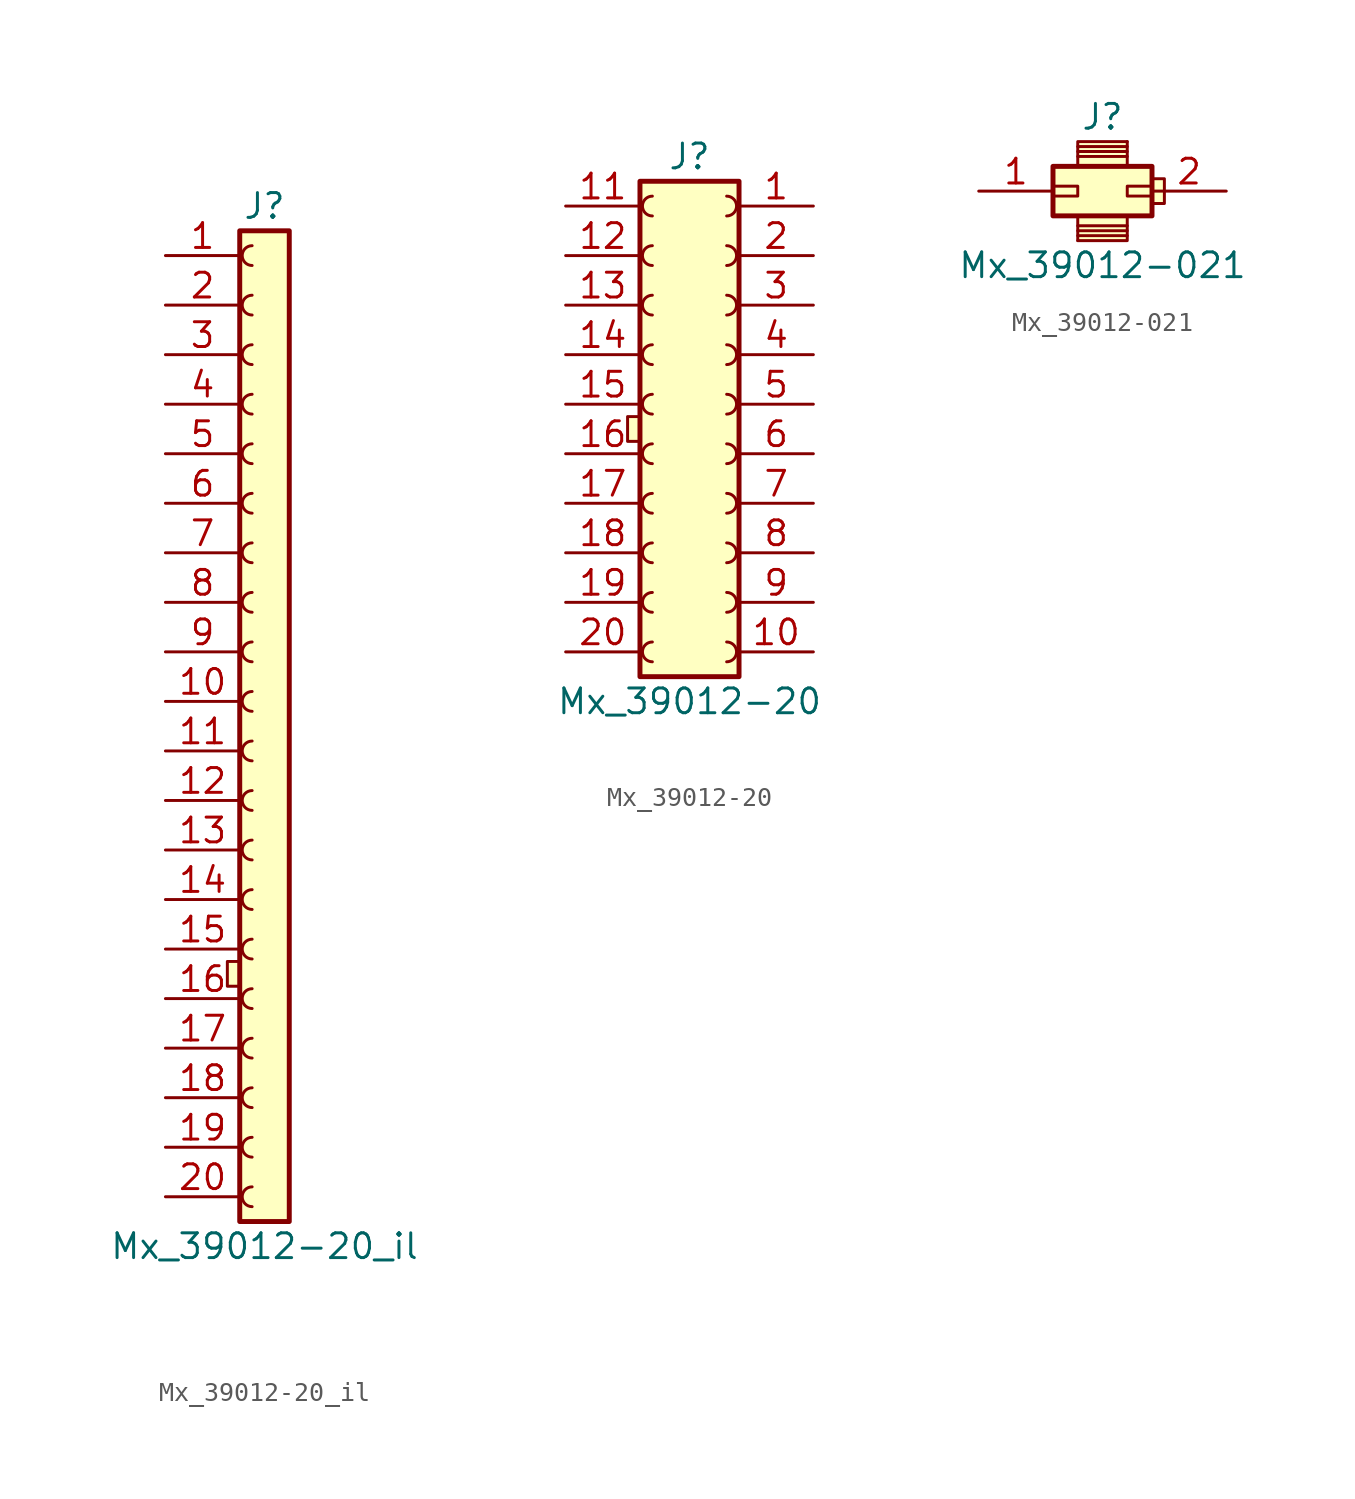
<source format=kicad_sym>
(kicad_symbol_lib
  (version 20220914)
  (generator kicad_symbol_editor)
  (symbol "Mx_39012-20_il"
    (pin_names
      (offset 1.016) hide)
    (property "Reference" "J"
      (at 0 26.67 0)
      (effects (font (size 1.27 1.27))))
    (property "Value" "Mx_39012-20_il"
      (at 0 -26.67 0)
      (effects (font (size 1.27 1.27))))
    (symbol "Mx_39012-20_il_0_1"
      (rectangle (start -1.905 -12.065) (end -1.27 -13.335) (stroke (width 0) (type default)) (fill (type background))))
    (symbol "Mx_39012-20_il_1_1"
      (arc (start -0.635 -23.622) (mid -1.1408 -24.13) (end -0.635 -24.638) (stroke (width 0) (type default)) (fill (type none)))
      (arc (start -0.635 -21.082) (mid -1.1408 -21.59) (end -0.635 -22.098) (stroke (width 0) (type default)) (fill (type none)))
      (arc (start -0.635 -18.542) (mid -1.1408 -19.05) (end -0.635 -19.558) (stroke (width 0) (type default)) (fill (type none)))
      (arc (start -0.635 -16.002) (mid -1.1408 -16.51) (end -0.635 -17.018) (stroke (width 0) (type default)) (fill (type none)))
      (arc (start -0.635 -13.462) (mid -1.1408 -13.97) (end -0.635 -14.478) (stroke (width 0) (type default)) (fill (type none)))
      (arc (start -0.635 -10.922) (mid -1.1408 -11.43) (end -0.635 -11.938) (stroke (width 0) (type default)) (fill (type none)))
      (arc (start -0.635 -8.382) (mid -1.1408 -8.89) (end -0.635 -9.398) (stroke (width 0) (type default)) (fill (type none)))
      (arc (start -0.635 -5.842) (mid -1.1408 -6.35) (end -0.635 -6.858) (stroke (width 0) (type default)) (fill (type none)))
      (arc (start -0.635 -3.302) (mid -1.1408 -3.81) (end -0.635 -4.318) (stroke (width 0) (type default)) (fill (type none)))
      (arc (start -0.635 -0.762) (mid -1.1408 -1.27) (end -0.635 -1.778) (stroke (width 0) (type default)) (fill (type none)))
      (arc (start -0.635 1.778) (mid -1.1408 1.27) (end -0.635 0.762) (stroke (width 0) (type default)) (fill (type none)))
      (arc (start -0.635 4.318) (mid -1.1408 3.81) (end -0.635 3.302) (stroke (width 0) (type default)) (fill (type none)))
      (arc (start -0.635 6.858) (mid -1.1408 6.35) (end -0.635 5.842) (stroke (width 0) (type default)) (fill (type none)))
      (arc (start -0.635 9.398) (mid -1.1408 8.89) (end -0.635 8.382) (stroke (width 0) (type default)) (fill (type none)))
      (arc (start -0.635 11.938) (mid -1.1408 11.43) (end -0.635 10.922) (stroke (width 0) (type default)) (fill (type none)))
      (arc (start -0.635 14.478) (mid -1.1408 13.97) (end -0.635 13.462) (stroke (width 0) (type default)) (fill (type none)))
      (arc (start -0.635 17.018) (mid -1.1408 16.51) (end -0.635 16.002) (stroke (width 0) (type default)) (fill (type none)))
      (arc (start -0.635 19.558) (mid -1.1408 19.05) (end -0.635 18.542) (stroke (width 0) (type default)) (fill (type none)))
      (arc (start -0.635 22.098) (mid -1.1408 21.59) (end -0.635 21.082) (stroke (width 0) (type default)) (fill (type none)))
      (arc (start -0.635 24.638) (mid -1.1408 24.13) (end -0.635 23.622) (stroke (width 0) (type default)) (fill (type none)))
      (rectangle (start 1.27 25.4) (end -1.27 -25.4) (stroke (width 0.254) (type default)) (fill (type background)))
      (pin passive line (at -5.08 24.13 0) (length 3.81) (name "Pin_1" (effects (font (size 1.27 1.27)))) (number "1" (effects (font (size 1.27 1.27)))))
      (pin passive line (at -5.08 1.27 0) (length 3.81) (name "Pin_10" (effects (font (size 1.27 1.27)))) (number "10" (effects (font (size 1.27 1.27)))))
      (pin passive line (at -5.08 -1.27 0) (length 3.81) (name "Pin_11" (effects (font (size 1.27 1.27)))) (number "11" (effects (font (size 1.27 1.27)))))
      (pin passive line (at -5.08 -3.81 0) (length 3.81) (name "Pin_12" (effects (font (size 1.27 1.27)))) (number "12" (effects (font (size 1.27 1.27)))))
      (pin passive line (at -5.08 -6.35 0) (length 3.81) (name "Pin_13" (effects (font (size 1.27 1.27)))) (number "13" (effects (font (size 1.27 1.27)))))
      (pin passive line (at -5.08 -8.89 0) (length 3.81) (name "Pin_14" (effects (font (size 1.27 1.27)))) (number "14" (effects (font (size 1.27 1.27)))))
      (pin passive line (at -5.08 -11.43 0) (length 3.81) (name "Pin_15" (effects (font (size 1.27 1.27)))) (number "15" (effects (font (size 1.27 1.27)))))
      (pin passive line (at -5.08 -13.97 0) (length 3.81) (name "Pin_16" (effects (font (size 1.27 1.27)))) (number "16" (effects (font (size 1.27 1.27)))))
      (pin passive line (at -5.08 -16.51 0) (length 3.81) (name "Pin_17" (effects (font (size 1.27 1.27)))) (number "17" (effects (font (size 1.27 1.27)))))
      (pin passive line (at -5.08 -19.05 0) (length 3.81) (name "Pin_18" (effects (font (size 1.27 1.27)))) (number "18" (effects (font (size 1.27 1.27)))))
      (pin passive line (at -5.08 -21.59 0) (length 3.81) (name "Pin_19" (effects (font (size 1.27 1.27)))) (number "19" (effects (font (size 1.27 1.27)))))
      (pin passive line (at -5.08 21.59 0) (length 3.81) (name "Pin_2" (effects (font (size 1.27 1.27)))) (number "2" (effects (font (size 1.27 1.27)))))
      (pin passive line (at -5.08 -24.13 0) (length 3.81) (name "Pin_20" (effects (font (size 1.27 1.27)))) (number "20" (effects (font (size 1.27 1.27)))))
      (pin passive line (at -5.08 19.05 0) (length 3.81) (name "Pin_3" (effects (font (size 1.27 1.27)))) (number "3" (effects (font (size 1.27 1.27)))))
      (pin passive line (at -5.08 16.51 0) (length 3.81) (name "Pin_4" (effects (font (size 1.27 1.27)))) (number "4" (effects (font (size 1.27 1.27)))))
      (pin passive line (at -5.08 13.97 0) (length 3.81) (name "Pin_5" (effects (font (size 1.27 1.27)))) (number "5" (effects (font (size 1.27 1.27)))))
      (pin passive line (at -5.08 11.43 0) (length 3.81) (name "Pin_6" (effects (font (size 1.27 1.27)))) (number "6" (effects (font (size 1.27 1.27)))))
      (pin passive line (at -5.08 8.89 0) (length 3.81) (name "Pin_7" (effects (font (size 1.27 1.27)))) (number "7" (effects (font (size 1.27 1.27)))))
      (pin passive line (at -5.08 6.35 0) (length 3.81) (name "Pin_8" (effects (font (size 1.27 1.27)))) (number "8" (effects (font (size 1.27 1.27)))))
      (pin passive line (at -5.08 3.81 0) (length 3.81) (name "Pin_9" (effects (font (size 1.27 1.27)))) (number "9" (effects (font (size 1.27 1.27)))))))
  (symbol "Mx_39012-20"
    (pin_names
      (offset 1.016) hide)
    (property "Reference" "J"
      (at 0 13.97 0)
      (effects (font (size 1.27 1.27))))
    (property "Value" "Mx_39012-20"
      (at 0 -13.97 0)
      (effects (font (size 1.27 1.27))))
    (symbol "Mx_39012-20_0_1"
      (rectangle (start -3.175 0.635) (end -2.54 -0.635) (stroke (width 0) (type default)) (fill (type background))))
    (symbol "Mx_39012-20_1_1"
      (arc (start -1.905 -10.922) (mid -2.4108 -11.43) (end -1.905 -11.938) (stroke (width 0) (type default)) (fill (type none)))
      (arc (start -1.905 -8.382) (mid -2.4108 -8.89) (end -1.905 -9.398) (stroke (width 0) (type default)) (fill (type none)))
      (arc (start -1.905 -5.842) (mid -2.4108 -6.35) (end -1.905 -6.858) (stroke (width 0) (type default)) (fill (type none)))
      (arc (start -1.905 -3.302) (mid -2.4108 -3.81) (end -1.905 -4.318) (stroke (width 0) (type default)) (fill (type none)))
      (arc (start -1.905 -0.762) (mid -2.4108 -1.27) (end -1.905 -1.778) (stroke (width 0) (type default)) (fill (type none)))
      (arc (start -1.905 1.778) (mid -2.4108 1.27) (end -1.905 0.762) (stroke (width 0) (type default)) (fill (type none)))
      (arc (start -1.905 4.318) (mid -2.4108 3.81) (end -1.905 3.302) (stroke (width 0) (type default)) (fill (type none)))
      (arc (start -1.905 6.858) (mid -2.4108 6.35) (end -1.905 5.842) (stroke (width 0) (type default)) (fill (type none)))
      (arc (start -1.905 9.398) (mid -2.4108 8.89) (end -1.905 8.382) (stroke (width 0) (type default)) (fill (type none)))
      (arc (start -1.905 11.938) (mid -2.4108 11.43) (end -1.905 10.922) (stroke (width 0) (type default)) (fill (type none)))
      (arc (start 1.905 -11.938) (mid 2.4108 -11.43) (end 1.905 -10.922) (stroke (width 0) (type default)) (fill (type none)))
      (arc (start 1.905 -9.398) (mid 2.4108 -8.89) (end 1.905 -8.382) (stroke (width 0) (type default)) (fill (type none)))
      (arc (start 1.905 -6.858) (mid 2.4108 -6.35) (end 1.905 -5.842) (stroke (width 0) (type default)) (fill (type none)))
      (arc (start 1.905 -4.318) (mid 2.4108 -3.81) (end 1.905 -3.302) (stroke (width 0) (type default)) (fill (type none)))
      (arc (start 1.905 -1.778) (mid 2.4108 -1.27) (end 1.905 -0.762) (stroke (width 0) (type default)) (fill (type none)))
      (arc (start 1.905 0.762) (mid 2.4108 1.27) (end 1.905 1.778) (stroke (width 0) (type default)) (fill (type none)))
      (arc (start 1.905 3.302) (mid 2.4108 3.81) (end 1.905 4.318) (stroke (width 0) (type default)) (fill (type none)))
      (arc (start 1.905 5.842) (mid 2.4108 6.35) (end 1.905 6.858) (stroke (width 0) (type default)) (fill (type none)))
      (arc (start 1.905 8.382) (mid 2.4108 8.89) (end 1.905 9.398) (stroke (width 0) (type default)) (fill (type none)))
      (arc (start 1.905 10.922) (mid 2.4108 11.43) (end 1.905 11.938) (stroke (width 0) (type default)) (fill (type none)))
      (rectangle (start 2.54 12.7) (end -2.54 -12.7) (stroke (width 0.254) (type default)) (fill (type background)))
      (pin passive line (at 6.35 11.43 180) (length 3.81) (name "Pin_1" (effects (font (size 1.27 1.27)))) (number "1" (effects (font (size 1.27 1.27)))))
      (pin passive line (at 6.35 -11.43 180) (length 3.81) (name "Pin_10" (effects (font (size 1.27 1.27)))) (number "10" (effects (font (size 1.27 1.27)))))
      (pin passive line (at -6.35 11.43 0) (length 3.81) (name "Pin_11" (effects (font (size 1.27 1.27)))) (number "11" (effects (font (size 1.27 1.27)))))
      (pin passive line (at -6.35 8.89 0) (length 3.81) (name "Pin_12" (effects (font (size 1.27 1.27)))) (number "12" (effects (font (size 1.27 1.27)))))
      (pin passive line (at -6.35 6.35 0) (length 3.81) (name "Pin_13" (effects (font (size 1.27 1.27)))) (number "13" (effects (font (size 1.27 1.27)))))
      (pin passive line (at -6.35 3.81 0) (length 3.81) (name "Pin_14" (effects (font (size 1.27 1.27)))) (number "14" (effects (font (size 1.27 1.27)))))
      (pin passive line (at -6.35 1.27 0) (length 3.81) (name "Pin_15" (effects (font (size 1.27 1.27)))) (number "15" (effects (font (size 1.27 1.27)))))
      (pin passive line (at -6.35 -1.27 0) (length 3.81) (name "Pin_16" (effects (font (size 1.27 1.27)))) (number "16" (effects (font (size 1.27 1.27)))))
      (pin passive line (at -6.35 -3.81 0) (length 3.81) (name "Pin_17" (effects (font (size 1.27 1.27)))) (number "17" (effects (font (size 1.27 1.27)))))
      (pin passive line (at -6.35 -6.35 0) (length 3.81) (name "Pin_18" (effects (font (size 1.27 1.27)))) (number "18" (effects (font (size 1.27 1.27)))))
      (pin passive line (at -6.35 -8.89 0) (length 3.81) (name "Pin_19" (effects (font (size 1.27 1.27)))) (number "19" (effects (font (size 1.27 1.27)))))
      (pin passive line (at 6.35 8.89 180) (length 3.81) (name "Pin_2" (effects (font (size 1.27 1.27)))) (number "2" (effects (font (size 1.27 1.27)))))
      (pin passive line (at -6.35 -11.43 0) (length 3.81) (name "Pin_20" (effects (font (size 1.27 1.27)))) (number "20" (effects (font (size 1.27 1.27)))))
      (pin passive line (at 6.35 6.35 180) (length 3.81) (name "Pin_3" (effects (font (size 1.27 1.27)))) (number "3" (effects (font (size 1.27 1.27)))))
      (pin passive line (at 6.35 3.81 180) (length 3.81) (name "Pin_4" (effects (font (size 1.27 1.27)))) (number "4" (effects (font (size 1.27 1.27)))))
      (pin passive line (at 6.35 1.27 180) (length 3.81) (name "Pin_5" (effects (font (size 1.27 1.27)))) (number "5" (effects (font (size 1.27 1.27)))))
      (pin passive line (at 6.35 -1.27 180) (length 3.81) (name "Pin_6" (effects (font (size 1.27 1.27)))) (number "6" (effects (font (size 1.27 1.27)))))
      (pin passive line (at 6.35 -3.81 180) (length 3.81) (name "Pin_7" (effects (font (size 1.27 1.27)))) (number "7" (effects (font (size 1.27 1.27)))))
      (pin passive line (at 6.35 -6.35 180) (length 3.81) (name "Pin_8" (effects (font (size 1.27 1.27)))) (number "8" (effects (font (size 1.27 1.27)))))
      (pin passive line (at 6.35 -8.89 180) (length 3.81) (name "Pin_9" (effects (font (size 1.27 1.27)))) (number "9" (effects (font (size 1.27 1.27)))))))
  (symbol "Mx_39012-021"
    (pin_names
      (offset 1.016) hide)
    (property "Reference" "J"
      (at 0 3.81 0)
      (effects (font (size 1.27 1.27))))
    (property "Value" "Mx_39012-021"
      (at 0 -3.81 0)
      (effects (font (size 1.27 1.27))))
    (symbol "Mx_39012-021_0_1"
      (rectangle (start -2.54 0.254) (end -1.27 -0.254) (stroke (width 0.152) (type default)) (fill (type none)))
      (rectangle (start -1.27 -2.54) (end -1.27 -2.54) (stroke (width 0.152) (type default)) (fill (type none)))
      (rectangle (start -1.27 2.54) (end 1.27 1.27) (stroke (width 0.152) (type default)) (fill (type background)))
      (polyline (pts (xy -1.27 1.778) (xy 1.27 1.778)) (stroke (width 0.152) (type default)) (fill (type none)))
      (polyline (pts (xy -1.27 2.032) (xy 1.27 2.032)) (stroke (width 0.152) (type default)) (fill (type none)))
      (polyline (pts (xy -1.27 2.286) (xy 1.27 2.286)) (stroke (width 0.152) (type default)) (fill (type none)))
      (polyline (pts (xy 1.27 -2.286) (xy -1.27 -2.286)) (stroke (width 0.152) (type default)) (fill (type none)))
      (polyline (pts (xy 1.27 -2.032) (xy -1.27 -2.032)) (stroke (width 0.152) (type default)) (fill (type none)))
      (polyline (pts (xy 1.27 -1.778) (xy -1.27 -1.778)) (stroke (width 0.152) (type default)) (fill (type none)))
      (rectangle (start 1.27 -2.54) (end -1.27 -1.27) (stroke (width 0.152) (type default)) (fill (type background)))
      (rectangle (start 1.27 0.254) (end 2.54 -0.254) (stroke (width 0.152) (type default)) (fill (type none)))
      (rectangle (start 1.27 2.54) (end 1.27 2.54) (stroke (width 0.152) (type default)) (fill (type none)))
      (rectangle (start 2.54 -0.635) (end 3.175 0.635) (stroke (width 0) (type default)) (fill (type background))))
    (symbol "Mx_39012-021_1_1"
      (rectangle (start -2.54 1.27) (end 2.54 -1.27) (stroke (width 0.254) (type default)) (fill (type background)))
      (pin passive line (at -6.35 0 0) (length 3.81) (name "Pin_1" (effects (font (size 1.27 1.27)))) (number "1" (effects (font (size 1.27 1.27)))))
      (pin passive line (at 6.35 0 180) (length 3.81) (name "Pin_2" (effects (font (size 1.27 1.27)))) (number "2" (effects (font (size 1.27 1.27))))))))
</source>
